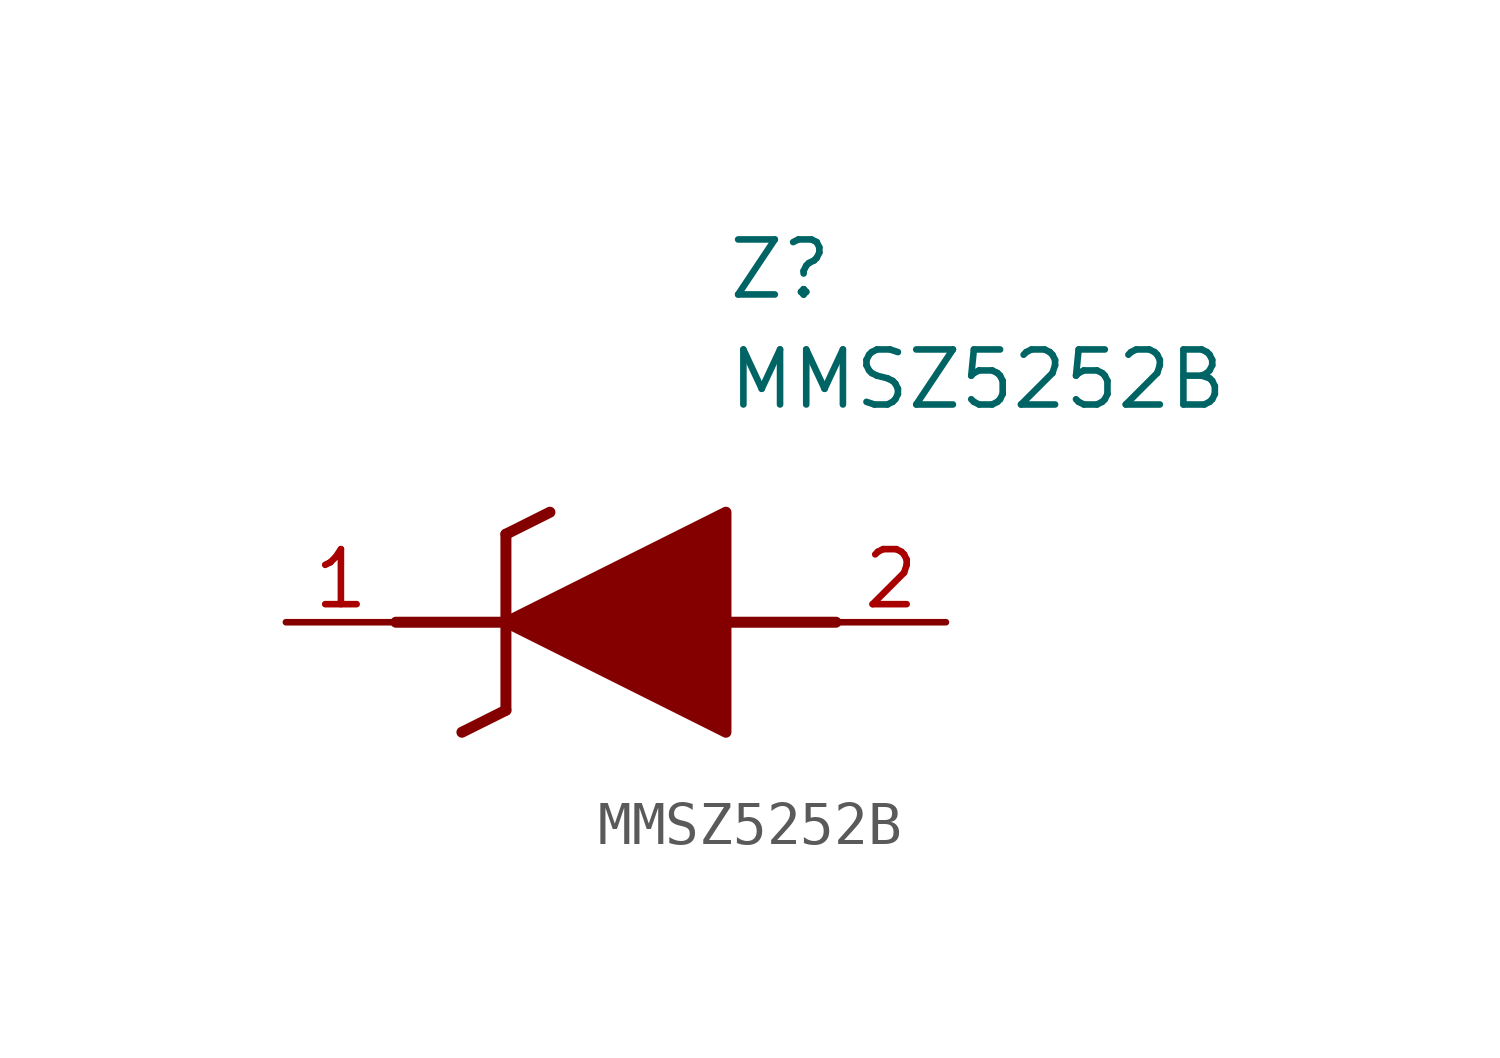
<source format=kicad_sym>
(kicad_symbol_lib
  (version 20211014)
  (generator SamacSys_ECAD_Model)
  (symbol "MMSZ5252B"
    (pin_names hide)
    (property "Reference" "Z"
      (at 10.16 8.89 0)
      (effects (font (size 1.27 1.27)) (justify left top)))
    (property "Value" "MMSZ5252B"
      (at 10.16 6.35 0)
      (effects (font (size 1.27 1.27)) (justify left top)))
    (polyline
      (pts (xy 5.08 2.032) (xy 5.08 -2.032))
      (stroke (width 0.254) (type default))
      (fill (type none)))
    (polyline
      (pts (xy 5.08 2.032) (xy 6.096 2.54))
      (stroke (width 0.254) (type default))
      (fill (type none)))
    (polyline
      (pts (xy 4.064 -2.54) (xy 5.08 -2.032))
      (stroke (width 0.254) (type default))
      (fill (type none)))
    (polyline
      (pts (xy 2.54 0) (xy 5.08 0))
      (stroke (width 0.254) (type default))
      (fill (type none)))
    (polyline
      (pts (xy 12.7 0) (xy 10.16 0))
      (stroke (width 0.254) (type default))
      (fill (type none)))
    (polyline
      (pts (xy 5.08 0) (xy 10.16 2.54) (xy 10.16 -2.54) (xy 5.08 0))
      (stroke (width 0.254) (type default))
      (fill (type outline)))
    (pin passive line
      (at 0 0 0)
      (length 2.54)
      (name "K" (effects (font (size 1.27 1.27))))
      (number "1" (effects (font (size 1.27 1.27)))))
    (pin passive line
      (at 15.24 0 180)
      (length 2.54)
      (name "A" (effects (font (size 1.27 1.27))))
      (number "2" (effects (font (size 1.27 1.27)))))))
</source>
